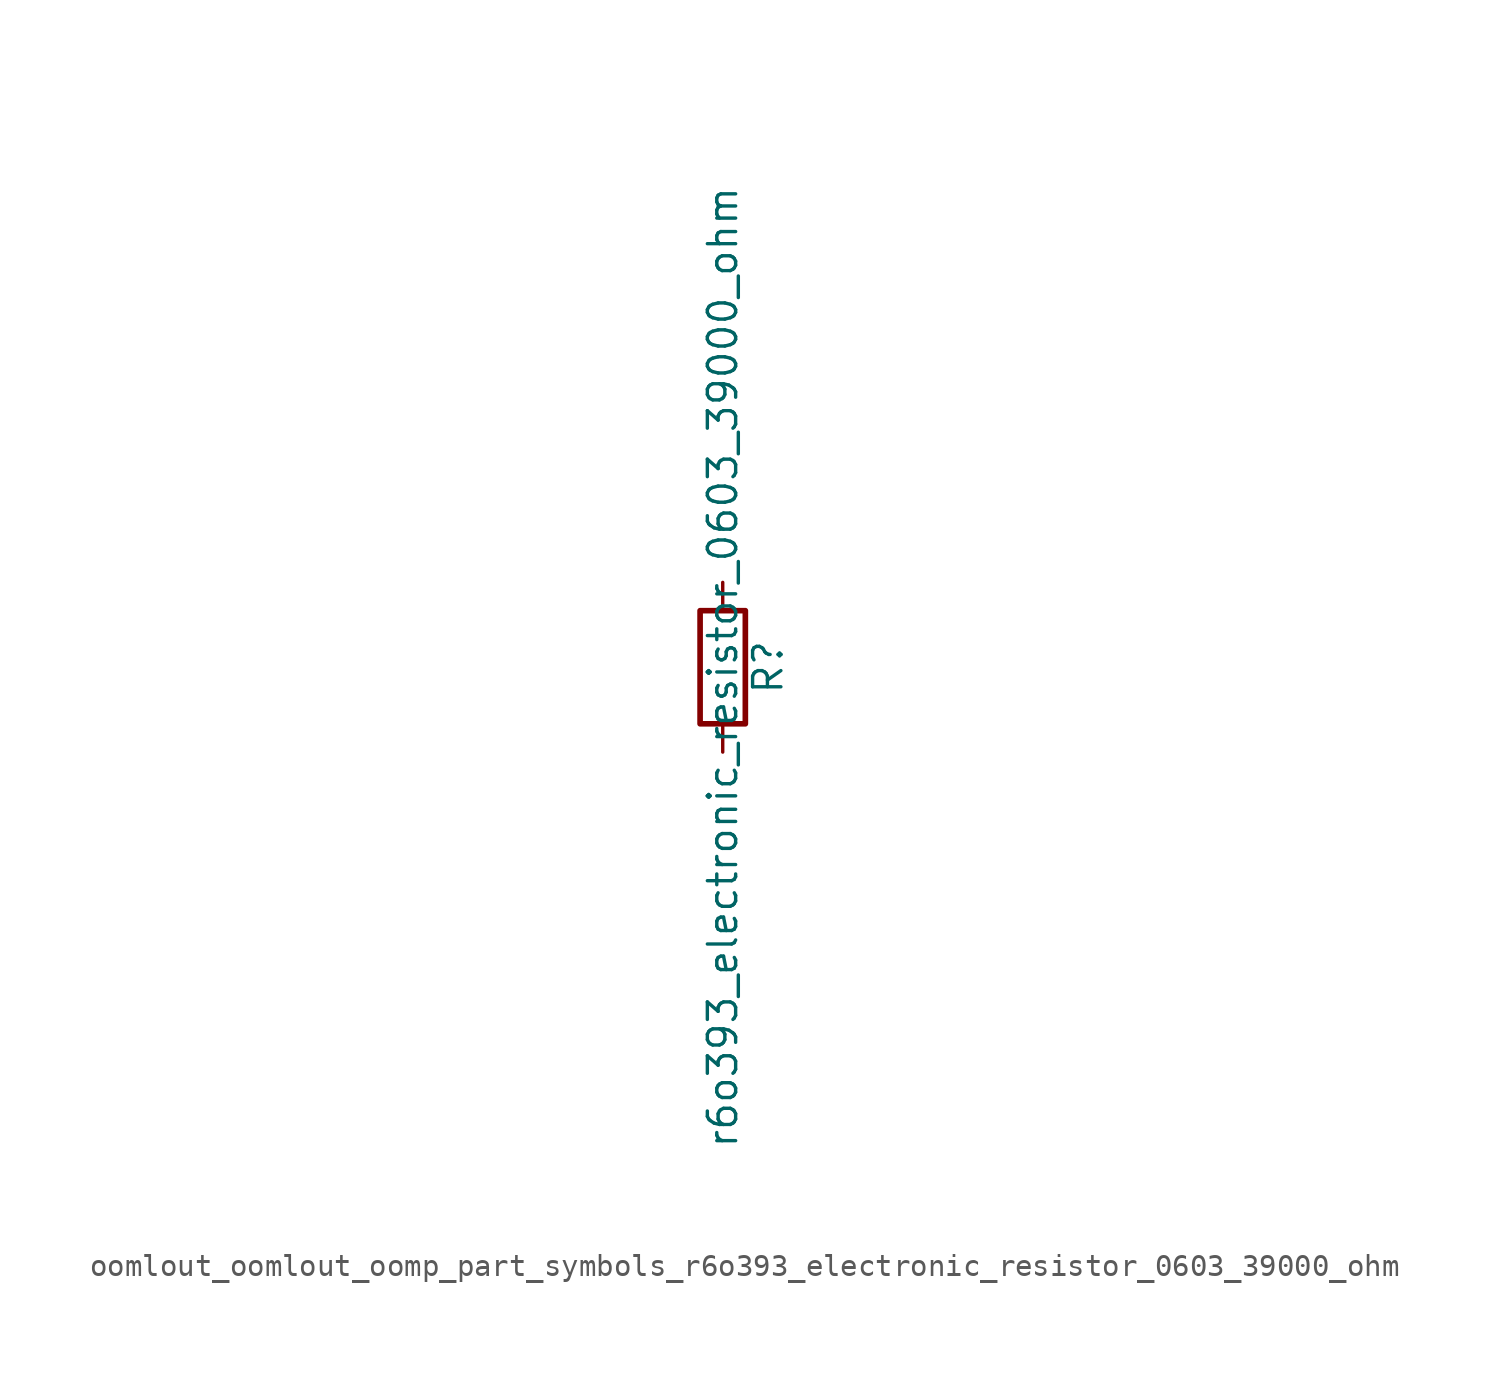
<source format=kicad_sym>
(kicad_symbol_lib
  (version 20220914)
  (generator kicad_symbol_editor)
  (symbol "oomlout_oomlout_oomp_part_symbols_r6o393_electronic_resistor_0603_39000_ohm"
    (pin_numbers hide)
    (pin_names
      (offset 0))
    (property "Reference" "R"
      (at 2.032 0 90)
      (effects (font (size 1.27 1.27))))
    (property "Value" "r6o393_electronic_resistor_0603_39000_ohm"
      (at 0 0 90)
      (effects (font (size 1.27 1.27))))
    (symbol "oomlout_oomlout_oomp_part_symbols_r6o393_electronic_resistor_0603_39000_ohm_0_1"
      (rectangle (start -1.016 -2.54) (end 1.016 2.54) (stroke (width 0.254) (type default)) (fill (type none))))
    (symbol "oomlout_oomlout_oomp_part_symbols_r6o393_electronic_resistor_0603_39000_ohm_1_1"
      (pin passive line (at 0 3.81 270) (length 1.27) (name "~" (effects (font (size 1.27 1.27)))) (number "1" (effects (font (size 1.27 1.27)))))
      (pin passive line (at 0 -3.81 90) (length 1.27) (name "~" (effects (font (size 1.27 1.27)))) (number "2" (effects (font (size 1.27 1.27))))))))
</source>
